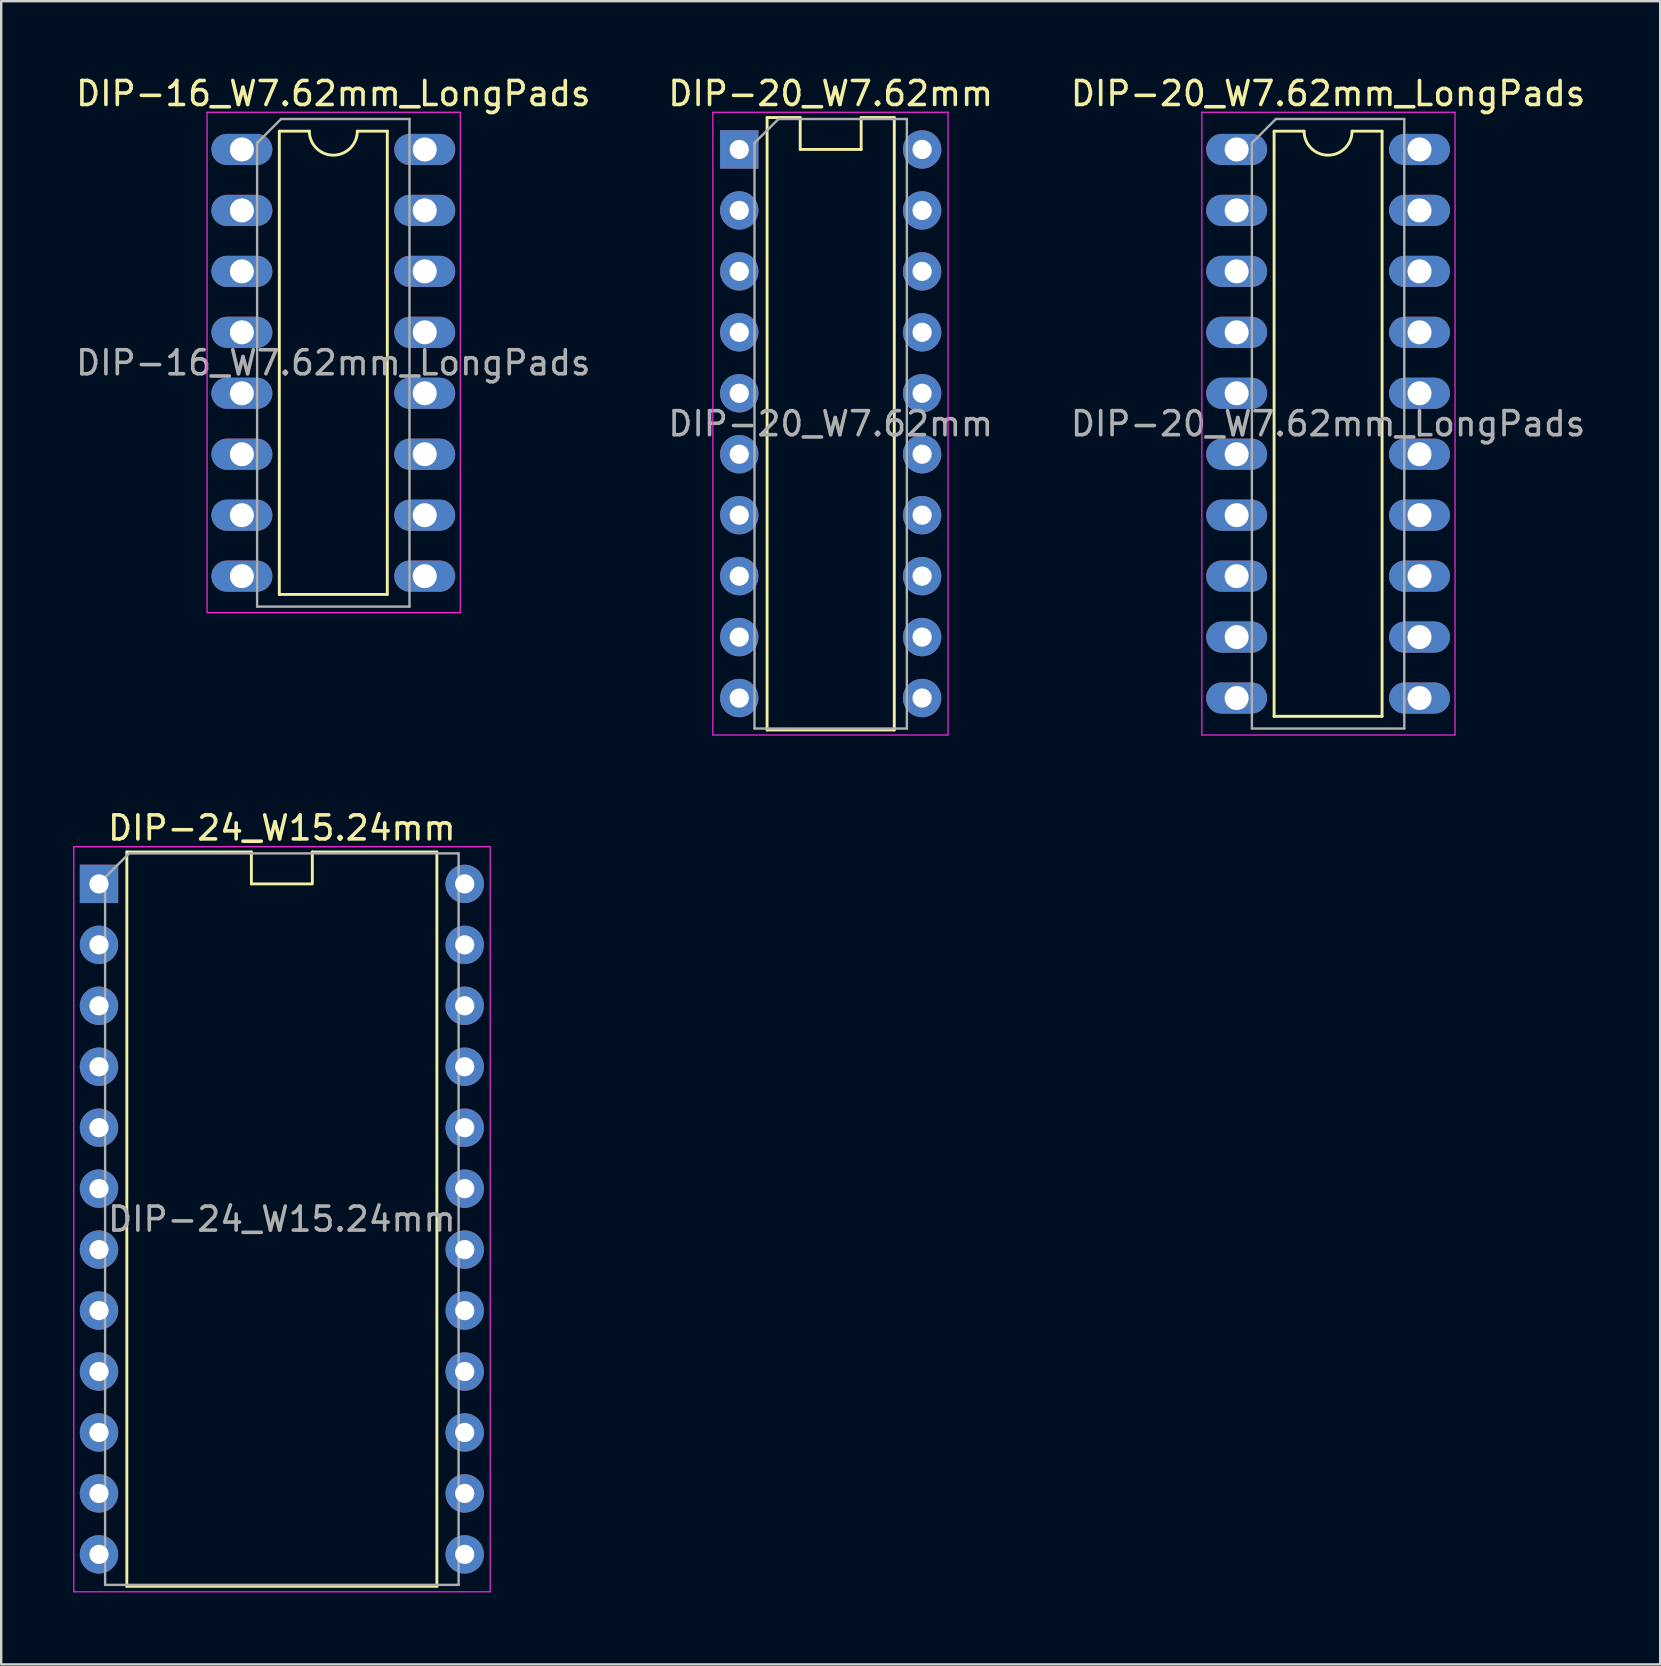
<source format=kicad_pcb>
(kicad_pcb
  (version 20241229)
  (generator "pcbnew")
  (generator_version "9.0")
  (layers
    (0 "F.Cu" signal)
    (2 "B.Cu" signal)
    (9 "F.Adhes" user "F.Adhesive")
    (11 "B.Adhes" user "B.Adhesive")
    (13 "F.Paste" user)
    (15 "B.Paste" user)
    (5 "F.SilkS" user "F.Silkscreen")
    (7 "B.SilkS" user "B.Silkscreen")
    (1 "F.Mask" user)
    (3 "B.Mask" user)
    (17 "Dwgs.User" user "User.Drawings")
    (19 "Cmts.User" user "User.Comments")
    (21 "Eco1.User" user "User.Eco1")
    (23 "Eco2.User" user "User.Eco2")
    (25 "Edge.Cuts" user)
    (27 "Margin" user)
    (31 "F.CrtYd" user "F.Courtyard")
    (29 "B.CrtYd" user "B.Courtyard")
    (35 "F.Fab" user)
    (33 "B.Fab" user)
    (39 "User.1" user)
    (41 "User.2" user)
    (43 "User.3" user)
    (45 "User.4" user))
  (footprint "DIP-20_W7.62mm_LongPads"
    (layer "F.Cu")
    (at 48.482 3.178)
    (property "Reference" "DIP-20_W7.62mm_LongPads" (at 3.81 -2.33 0) (layer "F.SilkS") (effects (font (size 1 1) (thickness 0.15))))
    (attr through_hole)
    (fp_line (start 1.56 -0.762) (end 1.56 23.622) (stroke (width 0.12) (type solid)) (layer "F.SilkS"))
    (fp_line (start 1.56 23.622) (end 6.06 23.622) (stroke (width 0.12) (type solid)) (layer "F.SilkS"))
    (fp_line (start 2.81 -0.762) (end 1.56 -0.762) (stroke (width 0.12) (type solid)) (layer "F.SilkS"))
    (fp_line (start 6.06 -0.762) (end 4.81 -0.762) (stroke (width 0.12) (type solid)) (layer "F.SilkS"))
    (fp_line (start 6.06 23.622) (end 6.06 -0.762) (stroke (width 0.12) (type solid)) (layer "F.SilkS"))
    (fp_arc (start 4.81 -0.762) (mid 3.81 0.238) (end 2.81 -0.762) (stroke (width 0.12) (type solid)) (layer "F.SilkS"))
    (fp_line (start -1.45 -1.55) (end -1.45 24.4) (stroke (width 0.05) (type solid)) (layer "F.CrtYd"))
    (fp_line (start -1.45 24.4) (end 9.1 24.4) (stroke (width 0.05) (type solid)) (layer "F.CrtYd"))
    (fp_line (start 9.1 -1.55) (end -1.45 -1.55) (stroke (width 0.05) (type solid)) (layer "F.CrtYd"))
    (fp_line (start 9.1 24.4) (end 9.1 -1.55) (stroke (width 0.05) (type solid)) (layer "F.CrtYd"))
    (fp_line (start 0.635 -0.27) (end 1.635 -1.27) (stroke (width 0.1) (type solid)) (layer "F.Fab"))
    (fp_line (start 0.635 24.13) (end 0.635 -0.27) (stroke (width 0.1) (type solid)) (layer "F.Fab"))
    (fp_line (start 1.635 -1.27) (end 6.985 -1.27) (stroke (width 0.1) (type solid)) (layer "F.Fab"))
    (fp_line (start 6.985 -1.27) (end 6.985 24.13) (stroke (width 0.1) (type solid)) (layer "F.Fab"))
    (fp_line (start 6.985 24.13) (end 0.635 24.13) (stroke (width 0.1) (type solid)) (layer "F.Fab"))
    (fp_text user "${REFERENCE}" (at 3.81 11.43 0) (layer "F.Fab") (effects (font (size 1 1) (thickness 0.15))))
    (pad "1" thru_hole oval (at 0 0) (size 2.54 1.3) (drill 1) (layers "*.Cu" "*.Mask"))
    (pad "2" thru_hole oval (at 0 2.54) (size 2.54 1.3) (drill 1) (layers "*.Cu" "*.Mask"))
    (pad "3" thru_hole oval (at 0 5.08) (size 2.54 1.3) (drill 1) (layers "*.Cu" "*.Mask"))
    (pad "4" thru_hole oval (at 0 7.62) (size 2.54 1.3) (drill 1) (layers "*.Cu" "*.Mask"))
    (pad "5" thru_hole oval (at 0 10.16) (size 2.54 1.3) (drill 1) (layers "*.Cu" "*.Mask"))
    (pad "6" thru_hole oval (at 0 12.7) (size 2.54 1.3) (drill 1) (layers "*.Cu" "*.Mask"))
    (pad "7" thru_hole oval (at 0 15.24) (size 2.54 1.3) (drill 1) (layers "*.Cu" "*.Mask"))
    (pad "8" thru_hole oval (at 0 17.78) (size 2.54 1.3) (drill 1) (layers "*.Cu" "*.Mask"))
    (pad "9" thru_hole oval (at 0 20.32) (size 2.54 1.3) (drill 1) (layers "*.Cu" "*.Mask"))
    (pad "10" thru_hole oval (at 0 22.86) (size 2.54 1.3) (drill 1) (layers "*.Cu" "*.Mask"))
    (pad "11" thru_hole oval (at 7.62 22.86) (size 2.54 1.3) (drill 1) (layers "*.Cu" "*.Mask"))
    (pad "12" thru_hole oval (at 7.62 20.32) (size 2.54 1.3) (drill 1) (layers "*.Cu" "*.Mask"))
    (pad "13" thru_hole oval (at 7.62 17.78) (size 2.54 1.3) (drill 1) (layers "*.Cu" "*.Mask"))
    (pad "14" thru_hole oval (at 7.62 15.24) (size 2.54 1.3) (drill 1) (layers "*.Cu" "*.Mask"))
    (pad "15" thru_hole oval (at 7.62 12.7) (size 2.54 1.3) (drill 1) (layers "*.Cu" "*.Mask"))
    (pad "16" thru_hole oval (at 7.62 10.16) (size 2.54 1.3) (drill 1) (layers "*.Cu" "*.Mask"))
    (pad "17" thru_hole oval (at 7.62 7.62) (size 2.54 1.3) (drill 1) (layers "*.Cu" "*.Mask"))
    (pad "18" thru_hole oval (at 7.62 5.08) (size 2.54 1.3) (drill 1) (layers "*.Cu" "*.Mask"))
    (pad "19" thru_hole oval (at 7.62 2.54) (size 2.54 1.3) (drill 1) (layers "*.Cu" "*.Mask"))
    (pad "20" thru_hole oval (at 7.62 0) (size 2.54 1.3) (drill 1) (layers "*.Cu" "*.Mask")))
  (footprint "DIP-24_W15.24mm"
    (layer "F.Cu")
    (at 1.075 33.782)
    (property "Reference" "DIP-24_W15.24mm" (at 7.62 -2.33 0) (layer "F.SilkS") (effects (font (size 1 1) (thickness 0.15))))
    (attr through_hole)
    (fp_line (start 1.16 -1.33) (end 1.16 29.27) (stroke (width 0.12) (type solid)) (layer "F.SilkS"))
    (fp_line (start 1.16 29.27) (end 14.08 29.27) (stroke (width 0.12) (type solid)) (layer "F.SilkS"))
    (fp_line (start 6.35 -1.33) (end 1.16 -1.33) (stroke (width 0.12) (type solid)) (layer "F.SilkS"))
    (fp_line (start 6.35 -1.33) (end 6.35 0) (stroke (width 0.12) (type default)) (layer "F.SilkS"))
    (fp_line (start 6.35 0) (end 8.89 0) (stroke (width 0.12) (type default)) (layer "F.SilkS"))
    (fp_line (start 8.89 -0.06) (end 8.89 -1.33) (stroke (width 0.12) (type default)) (layer "F.SilkS"))
    (fp_line (start 14.08 -1.33) (end 8.89 -1.33) (stroke (width 0.12) (type solid)) (layer "F.SilkS"))
    (fp_line (start 14.08 29.27) (end 14.08 -1.33) (stroke (width 0.12) (type solid)) (layer "F.SilkS"))
    (fp_line (start -1.05 -1.55) (end -1.05 29.5) (stroke (width 0.05) (type solid)) (layer "F.CrtYd"))
    (fp_line (start -1.05 29.5) (end 16.3 29.5) (stroke (width 0.05) (type solid)) (layer "F.CrtYd"))
    (fp_line (start 16.3 -1.55) (end -1.05 -1.55) (stroke (width 0.05) (type solid)) (layer "F.CrtYd"))
    (fp_line (start 16.3 29.5) (end 16.3 -1.55) (stroke (width 0.05) (type solid)) (layer "F.CrtYd"))
    (fp_line (start 0.255 -0.27) (end 1.255 -1.27) (stroke (width 0.1) (type solid)) (layer "F.Fab"))
    (fp_line (start 0.255 29.21) (end 0.255 -0.27) (stroke (width 0.1) (type solid)) (layer "F.Fab"))
    (fp_line (start 1.255 -1.27) (end 14.985 -1.27) (stroke (width 0.1) (type solid)) (layer "F.Fab"))
    (fp_line (start 14.985 -1.27) (end 14.985 29.21) (stroke (width 0.1) (type solid)) (layer "F.Fab"))
    (fp_line (start 14.985 29.21) (end 0.255 29.21) (stroke (width 0.1) (type solid)) (layer "F.Fab"))
    (fp_text user "${REFERENCE}" (at 7.62 13.97 0) (layer "F.Fab") (effects (font (size 1 1) (thickness 0.15))))
    (pad "1" thru_hole rect (at 0 0) (size 1.6 1.6) (drill 0.8) (layers "*.Cu" "*.Mask"))
    (pad "2" thru_hole oval (at 0 2.54) (size 1.6 1.6) (drill 0.8) (layers "*.Cu" "*.Mask"))
    (pad "3" thru_hole oval (at 0 5.08) (size 1.6 1.6) (drill 0.8) (layers "*.Cu" "*.Mask"))
    (pad "4" thru_hole oval (at 0 7.62) (size 1.6 1.6) (drill 0.8) (layers "*.Cu" "*.Mask"))
    (pad "5" thru_hole oval (at 0 10.16) (size 1.6 1.6) (drill 0.8) (layers "*.Cu" "*.Mask"))
    (pad "6" thru_hole oval (at 0 12.7) (size 1.6 1.6) (drill 0.8) (layers "*.Cu" "*.Mask"))
    (pad "7" thru_hole oval (at 0 15.24) (size 1.6 1.6) (drill 0.8) (layers "*.Cu" "*.Mask"))
    (pad "8" thru_hole oval (at 0 17.78) (size 1.6 1.6) (drill 0.8) (layers "*.Cu" "*.Mask"))
    (pad "9" thru_hole oval (at 0 20.32) (size 1.6 1.6) (drill 0.8) (layers "*.Cu" "*.Mask"))
    (pad "10" thru_hole oval (at 0 22.86) (size 1.6 1.6) (drill 0.8) (layers "*.Cu" "*.Mask"))
    (pad "11" thru_hole oval (at 0 25.4) (size 1.6 1.6) (drill 0.8) (layers "*.Cu" "*.Mask"))
    (pad "12" thru_hole oval (at 0 27.94) (size 1.6 1.6) (drill 0.8) (layers "*.Cu" "*.Mask"))
    (pad "13" thru_hole oval (at 15.24 27.94) (size 1.6 1.6) (drill 0.8) (layers "*.Cu" "*.Mask"))
    (pad "14" thru_hole oval (at 15.24 25.4) (size 1.6 1.6) (drill 0.8) (layers "*.Cu" "*.Mask"))
    (pad "15" thru_hole oval (at 15.24 22.86) (size 1.6 1.6) (drill 0.8) (layers "*.Cu" "*.Mask"))
    (pad "16" thru_hole oval (at 15.24 20.32) (size 1.6 1.6) (drill 0.8) (layers "*.Cu" "*.Mask"))
    (pad "17" thru_hole oval (at 15.24 17.78) (size 1.6 1.6) (drill 0.8) (layers "*.Cu" "*.Mask"))
    (pad "18" thru_hole oval (at 15.24 15.24) (size 1.6 1.6) (drill 0.8) (layers "*.Cu" "*.Mask"))
    (pad "19" thru_hole oval (at 15.24 12.7) (size 1.6 1.6) (drill 0.8) (layers "*.Cu" "*.Mask"))
    (pad "20" thru_hole oval (at 15.24 10.16) (size 1.6 1.6) (drill 0.8) (layers "*.Cu" "*.Mask"))
    (pad "21" thru_hole oval (at 15.24 7.62) (size 1.6 1.6) (drill 0.8) (layers "*.Cu" "*.Mask"))
    (pad "22" thru_hole oval (at 15.24 5.08) (size 1.6 1.6) (drill 0.8) (layers "*.Cu" "*.Mask"))
    (pad "23" thru_hole oval (at 15.24 2.54) (size 1.6 1.6) (drill 0.8) (layers "*.Cu" "*.Mask"))
    (pad "24" thru_hole oval (at 15.24 0) (size 1.6 1.6) (drill 0.8) (layers "*.Cu" "*.Mask")))
  (footprint "DIP-20_W7.62mm"
    (layer "F.Cu")
    (at 27.755 3.178)
    (property "Reference" "DIP-20_W7.62mm" (at 3.81 -2.33 0) (layer "F.SilkS") (effects (font (size 1 1) (thickness 0.15))))
    (attr through_hole)
    (fp_line (start 1.16 -1.33) (end 1.16 24.19) (stroke (width 0.12) (type solid)) (layer "F.SilkS"))
    (fp_line (start 1.16 24.19) (end 6.46 24.19) (stroke (width 0.12) (type solid)) (layer "F.SilkS"))
    (fp_line (start 2.54 -1.33) (end 1.16 -1.33) (stroke (width 0.12) (type solid)) (layer "F.SilkS"))
    (fp_line (start 2.54 -1.33) (end 2.54 0) (stroke (width 0.12) (type default)) (layer "F.SilkS"))
    (fp_line (start 2.54 0) (end 5.08 0) (stroke (width 0.12) (type default)) (layer "F.SilkS"))
    (fp_line (start 5.08 0) (end 5.08 -1.33) (stroke (width 0.12) (type default)) (layer "F.SilkS"))
    (fp_line (start 6.46 -1.33) (end 5.08 -1.33) (stroke (width 0.12) (type solid)) (layer "F.SilkS"))
    (fp_line (start 6.46 24.19) (end 6.46 -1.33) (stroke (width 0.12) (type solid)) (layer "F.SilkS"))
    (fp_line (start -1.1 -1.55) (end -1.1 24.4) (stroke (width 0.05) (type solid)) (layer "F.CrtYd"))
    (fp_line (start -1.1 24.4) (end 8.7 24.4) (stroke (width 0.05) (type solid)) (layer "F.CrtYd"))
    (fp_line (start 8.7 -1.55) (end -1.1 -1.55) (stroke (width 0.05) (type solid)) (layer "F.CrtYd"))
    (fp_line (start 8.7 24.4) (end 8.7 -1.55) (stroke (width 0.05) (type solid)) (layer "F.CrtYd"))
    (fp_line (start 0.635 -0.27) (end 1.635 -1.27) (stroke (width 0.1) (type solid)) (layer "F.Fab"))
    (fp_line (start 0.635 24.13) (end 0.635 -0.27) (stroke (width 0.1) (type solid)) (layer "F.Fab"))
    (fp_line (start 1.635 -1.27) (end 6.985 -1.27) (stroke (width 0.1) (type solid)) (layer "F.Fab"))
    (fp_line (start 6.985 -1.27) (end 6.985 24.13) (stroke (width 0.1) (type solid)) (layer "F.Fab"))
    (fp_line (start 6.985 24.13) (end 0.635 24.13) (stroke (width 0.1) (type solid)) (layer "F.Fab"))
    (fp_text user "${REFERENCE}" (at 3.81 11.43 0) (layer "F.Fab") (effects (font (size 1 1) (thickness 0.15))))
    (pad "1" thru_hole rect (at 0 0) (size 1.6 1.6) (drill 0.8) (layers "*.Cu" "*.Mask"))
    (pad "2" thru_hole oval (at 0 2.54) (size 1.6 1.6) (drill 0.8) (layers "*.Cu" "*.Mask"))
    (pad "3" thru_hole oval (at 0 5.08) (size 1.6 1.6) (drill 0.8) (layers "*.Cu" "*.Mask"))
    (pad "4" thru_hole oval (at 0 7.62) (size 1.6 1.6) (drill 0.8) (layers "*.Cu" "*.Mask"))
    (pad "5" thru_hole oval (at 0 10.16) (size 1.6 1.6) (drill 0.8) (layers "*.Cu" "*.Mask"))
    (pad "6" thru_hole oval (at 0 12.7) (size 1.6 1.6) (drill 0.8) (layers "*.Cu" "*.Mask"))
    (pad "7" thru_hole oval (at 0 15.24) (size 1.6 1.6) (drill 0.8) (layers "*.Cu" "*.Mask"))
    (pad "8" thru_hole oval (at 0 17.78) (size 1.6 1.6) (drill 0.8) (layers "*.Cu" "*.Mask"))
    (pad "9" thru_hole oval (at 0 20.32) (size 1.6 1.6) (drill 0.8) (layers "*.Cu" "*.Mask"))
    (pad "10" thru_hole oval (at 0 22.86) (size 1.6 1.6) (drill 0.8) (layers "*.Cu" "*.Mask"))
    (pad "11" thru_hole oval (at 7.62 22.86) (size 1.6 1.6) (drill 0.8) (layers "*.Cu" "*.Mask"))
    (pad "12" thru_hole oval (at 7.62 20.32) (size 1.6 1.6) (drill 0.8) (layers "*.Cu" "*.Mask"))
    (pad "13" thru_hole oval (at 7.62 17.78) (size 1.6 1.6) (drill 0.8) (layers "*.Cu" "*.Mask"))
    (pad "14" thru_hole oval (at 7.62 15.24) (size 1.6 1.6) (drill 0.8) (layers "*.Cu" "*.Mask"))
    (pad "15" thru_hole oval (at 7.62 12.7) (size 1.6 1.6) (drill 0.8) (layers "*.Cu" "*.Mask"))
    (pad "16" thru_hole oval (at 7.62 10.16) (size 1.6 1.6) (drill 0.8) (layers "*.Cu" "*.Mask"))
    (pad "17" thru_hole oval (at 7.62 7.62) (size 1.6 1.6) (drill 0.8) (layers "*.Cu" "*.Mask"))
    (pad "18" thru_hole oval (at 7.62 5.08) (size 1.6 1.6) (drill 0.8) (layers "*.Cu" "*.Mask"))
    (pad "19" thru_hole oval (at 7.62 2.54) (size 1.6 1.6) (drill 0.8) (layers "*.Cu" "*.Mask"))
    (pad "20" thru_hole oval (at 7.62 0) (size 1.6 1.6) (drill 0.8) (layers "*.Cu" "*.Mask")))
  (footprint "DIP-16_W7.62mm_LongPads"
    (layer "F.Cu")
    (at 7.029 3.178)
    (property "Reference" "DIP-16_W7.62mm_LongPads" (at 3.81 -2.33 0) (layer "F.SilkS") (effects (font (size 1 1) (thickness 0.15))))
    (attr through_hole)
    (fp_line (start 1.56 -0.762) (end 1.56 18.542) (stroke (width 0.12) (type solid)) (layer "F.SilkS"))
    (fp_line (start 1.56 18.542) (end 6.06 18.542) (stroke (width 0.12) (type solid)) (layer "F.SilkS"))
    (fp_line (start 2.81 -0.762) (end 1.56 -0.762) (stroke (width 0.12) (type solid)) (layer "F.SilkS"))
    (fp_line (start 6.06 -0.762) (end 4.81 -0.762) (stroke (width 0.12) (type solid)) (layer "F.SilkS"))
    (fp_line (start 6.06 18.542) (end 6.06 -0.762) (stroke (width 0.12) (type solid)) (layer "F.SilkS"))
    (fp_arc (start 4.81 -0.762) (mid 3.81 0.238) (end 2.81 -0.762) (stroke (width 0.12) (type solid)) (layer "F.SilkS"))
    (fp_line (start -1.45 -1.55) (end -1.45 19.3) (stroke (width 0.05) (type solid)) (layer "F.CrtYd"))
    (fp_line (start -1.45 19.3) (end 9.1 19.3) (stroke (width 0.05) (type solid)) (layer "F.CrtYd"))
    (fp_line (start 9.1 -1.55) (end -1.45 -1.55) (stroke (width 0.05) (type solid)) (layer "F.CrtYd"))
    (fp_line (start 9.1 19.3) (end 9.1 -1.55) (stroke (width 0.05) (type solid)) (layer "F.CrtYd"))
    (fp_line (start 0.635 -0.27) (end 1.635 -1.27) (stroke (width 0.1) (type solid)) (layer "F.Fab"))
    (fp_line (start 0.635 19.05) (end 0.635 -0.27) (stroke (width 0.1) (type solid)) (layer "F.Fab"))
    (fp_line (start 1.635 -1.27) (end 6.985 -1.27) (stroke (width 0.1) (type solid)) (layer "F.Fab"))
    (fp_line (start 6.985 -1.27) (end 6.985 19.05) (stroke (width 0.1) (type solid)) (layer "F.Fab"))
    (fp_line (start 6.985 19.05) (end 0.635 19.05) (stroke (width 0.1) (type solid)) (layer "F.Fab"))
    (fp_text user "${REFERENCE}" (at 3.81 8.89 0) (layer "F.Fab") (effects (font (size 1 1) (thickness 0.15))))
    (pad "1" thru_hole oval (at 0 0) (size 2.54 1.3) (drill 1) (layers "*.Cu" "*.Mask"))
    (pad "2" thru_hole oval (at 0 2.54) (size 2.54 1.3) (drill 1) (layers "*.Cu" "*.Mask"))
    (pad "3" thru_hole oval (at 0 5.08) (size 2.54 1.3) (drill 1) (layers "*.Cu" "*.Mask"))
    (pad "4" thru_hole oval (at 0 7.62) (size 2.54 1.3) (drill 1) (layers "*.Cu" "*.Mask"))
    (pad "5" thru_hole oval (at 0 10.16) (size 2.54 1.3) (drill 1) (layers "*.Cu" "*.Mask"))
    (pad "6" thru_hole oval (at 0 12.7) (size 2.54 1.3) (drill 1) (layers "*.Cu" "*.Mask"))
    (pad "7" thru_hole oval (at 0 15.24) (size 2.54 1.3) (drill 1) (layers "*.Cu" "*.Mask"))
    (pad "8" thru_hole oval (at 0 17.78) (size 2.54 1.3) (drill 1) (layers "*.Cu" "*.Mask"))
    (pad "9" thru_hole oval (at 7.62 17.78) (size 2.54 1.3) (drill 1) (layers "*.Cu" "*.Mask"))
    (pad "10" thru_hole oval (at 7.62 15.24) (size 2.54 1.3) (drill 1) (layers "*.Cu" "*.Mask"))
    (pad "11" thru_hole oval (at 7.62 12.7) (size 2.54 1.3) (drill 1) (layers "*.Cu" "*.Mask"))
    (pad "12" thru_hole oval (at 7.62 10.16) (size 2.54 1.3) (drill 1) (layers "*.Cu" "*.Mask"))
    (pad "13" thru_hole oval (at 7.62 7.62) (size 2.54 1.3) (drill 1) (layers "*.Cu" "*.Mask"))
    (pad "14" thru_hole oval (at 7.62 5.08) (size 2.54 1.3) (drill 1) (layers "*.Cu" "*.Mask"))
    (pad "15" thru_hole oval (at 7.62 2.54) (size 2.54 1.3) (drill 1) (layers "*.Cu" "*.Mask"))
    (pad "16" thru_hole oval (at 7.62 0) (size 2.54 1.3) (drill 1) (layers "*.Cu" "*.Mask")))
  (gr_rect
    (start -3 -3)
    (end 66.131 66.306)
    (stroke (width 0.1) (type default))
    (fill no)
    (layer "Edge.Cuts")))
</source>
